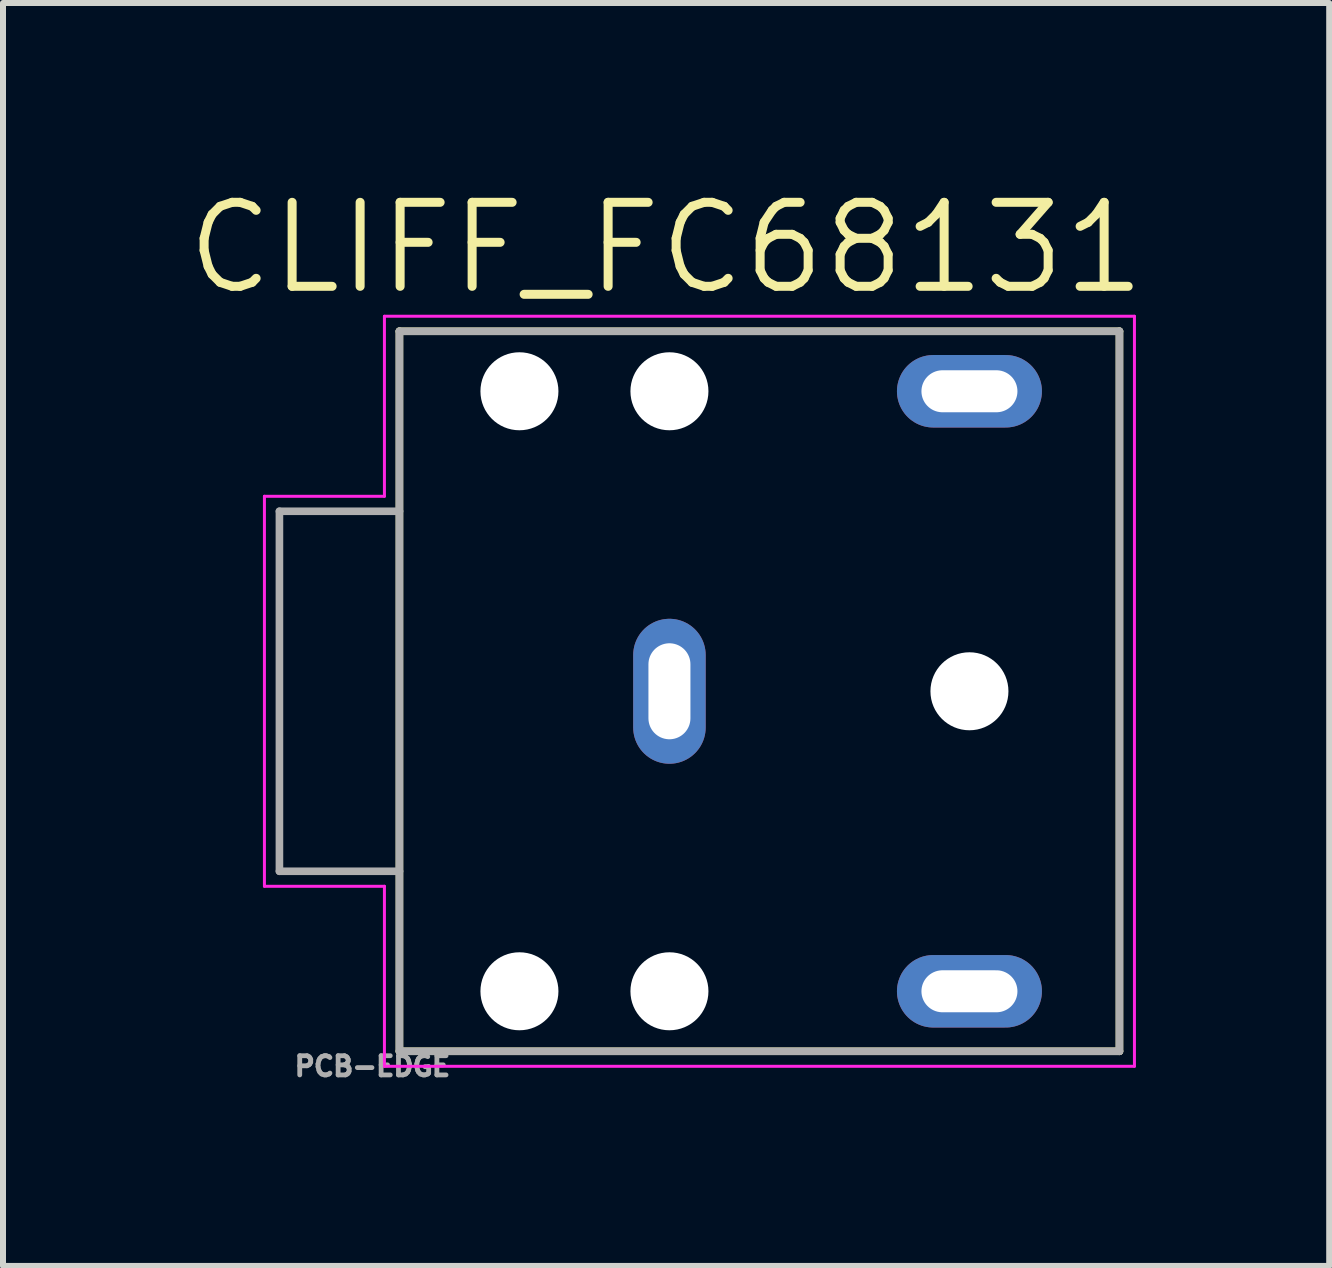
<source format=kicad_pcb>
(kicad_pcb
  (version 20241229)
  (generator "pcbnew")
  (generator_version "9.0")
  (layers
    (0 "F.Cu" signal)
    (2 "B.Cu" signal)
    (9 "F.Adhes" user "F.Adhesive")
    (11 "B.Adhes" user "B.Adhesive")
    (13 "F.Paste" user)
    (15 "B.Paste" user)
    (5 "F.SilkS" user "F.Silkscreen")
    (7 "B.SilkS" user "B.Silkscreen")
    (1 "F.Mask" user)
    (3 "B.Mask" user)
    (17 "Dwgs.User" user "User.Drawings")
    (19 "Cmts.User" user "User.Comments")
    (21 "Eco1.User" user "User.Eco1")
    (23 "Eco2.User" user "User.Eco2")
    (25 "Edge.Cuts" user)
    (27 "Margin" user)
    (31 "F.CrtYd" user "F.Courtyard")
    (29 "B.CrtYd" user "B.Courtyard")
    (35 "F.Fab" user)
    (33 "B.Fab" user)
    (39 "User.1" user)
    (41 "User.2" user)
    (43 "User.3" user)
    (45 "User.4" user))
  (footprint "CLIFF_FC68131"
    (layer "F.Cu")
    (at 8.107 8.471)
    (property "Reference" "CLIFF_FC68131" (at -0.055 -7.389 0) (layer "F.SilkS") (effects (font (size 1.4 1.4) (thickness 0.15))))
    (attr through_hole)
    (fp_line (start -4.5 -6) (end 7.5 -6) (stroke (width 0.127) (type solid)) (layer "F.SilkS"))
    (fp_line (start -4.5 6) (end -4.5 -6) (stroke (width 0.127) (type solid)) (layer "F.SilkS"))
    (fp_line (start 7.5 -6) (end 7.5 6) (stroke (width 0.127) (type solid)) (layer "F.SilkS"))
    (fp_line (start 7.5 6) (end -4.5 6) (stroke (width 0.127) (type solid)) (layer "F.SilkS"))
    (fp_line (start -6.75 -3.25) (end -6.75 3.25) (stroke (width 0.05) (type solid)) (layer "F.CrtYd"))
    (fp_line (start -6.75 3.25) (end -4.75 3.25) (stroke (width 0.05) (type solid)) (layer "F.CrtYd"))
    (fp_line (start -4.75 -6.25) (end -4.75 -3.25) (stroke (width 0.05) (type solid)) (layer "F.CrtYd"))
    (fp_line (start -4.75 -3.25) (end -6.75 -3.25) (stroke (width 0.05) (type solid)) (layer "F.CrtYd"))
    (fp_line (start -4.75 3.25) (end -4.75 6.25) (stroke (width 0.05) (type solid)) (layer "F.CrtYd"))
    (fp_line (start -4.75 6.25) (end 7.75 6.25) (stroke (width 0.05) (type solid)) (layer "F.CrtYd"))
    (fp_line (start 7.75 -6.25) (end -4.75 -6.25) (stroke (width 0.05) (type solid)) (layer "F.CrtYd"))
    (fp_line (start 7.75 6.25) (end 7.75 -6.25) (stroke (width 0.05) (type solid)) (layer "F.CrtYd"))
    (fp_line (start -6.5 -3) (end -6.5 3) (stroke (width 0.127) (type solid)) (layer "F.Fab"))
    (fp_line (start -6.5 3) (end -4.5 3) (stroke (width 0.127) (type solid)) (layer "F.Fab"))
    (fp_line (start -4.5 -6) (end 7.5 -6) (stroke (width 0.127) (type solid)) (layer "F.Fab"))
    (fp_line (start -4.5 -3) (end -6.5 -3) (stroke (width 0.127) (type solid)) (layer "F.Fab"))
    (fp_line (start -4.5 -3) (end -4.5 -6) (stroke (width 0.127) (type solid)) (layer "F.Fab"))
    (fp_line (start -4.5 3) (end -4.5 -3) (stroke (width 0.127) (type solid)) (layer "F.Fab"))
    (fp_line (start -4.5 6) (end -4.5 3) (stroke (width 0.127) (type solid)) (layer "F.Fab"))
    (fp_line (start 7.5 -6) (end 7.5 6) (stroke (width 0.127) (type solid)) (layer "F.Fab"))
    (fp_line (start 7.5 6) (end -4.5 6) (stroke (width 0.127) (type solid)) (layer "F.Fab"))
    (fp_text user "PCB-EDGE" (at -4.95 6.25 0) (layer "F.Fab") (effects (font (size 0.32 0.32) (thickness 0.15))))
    (pad "" np_thru_hole circle (at -2.5 -5) (size 1.3 1.3) (drill 1.3) (layers "*.Cu" "*.Mask"))
    (pad "" np_thru_hole circle (at -2.5 5) (size 1.3 1.3) (drill 1.3) (layers "*.Cu" "*.Mask"))
    (pad "" np_thru_hole circle (at 0 -5) (size 1.3 1.3) (drill 1.3) (layers "*.Cu" "*.Mask"))
    (pad "" np_thru_hole circle (at 0 5) (size 1.3 1.3) (drill 1.3) (layers "*.Cu" "*.Mask"))
    (pad "" np_thru_hole circle (at 5 0) (size 1.3 1.3) (drill 1.3) (layers "*.Cu" "*.Mask"))
    (pad "1" thru_hole oval (at 0 0) (size 1.208 2.416) (drill oval 0.7 1.6) (layers "*.Cu" "*.Mask"))
    (pad "2" thru_hole oval (at 5 -5) (size 2.416 1.208) (drill oval 1.6 0.7) (layers "*.Cu" "*.Mask"))
    (pad "5" thru_hole oval (at 5 5) (size 2.416 1.208) (drill oval 1.6 0.7) (layers "*.Cu" "*.Mask")))
  (gr_rect
    (start -3 -3)
    (end 19.103 18.049)
    (stroke (width 0.1) (type default))
    (fill no)
    (layer "Edge.Cuts")))
</source>
